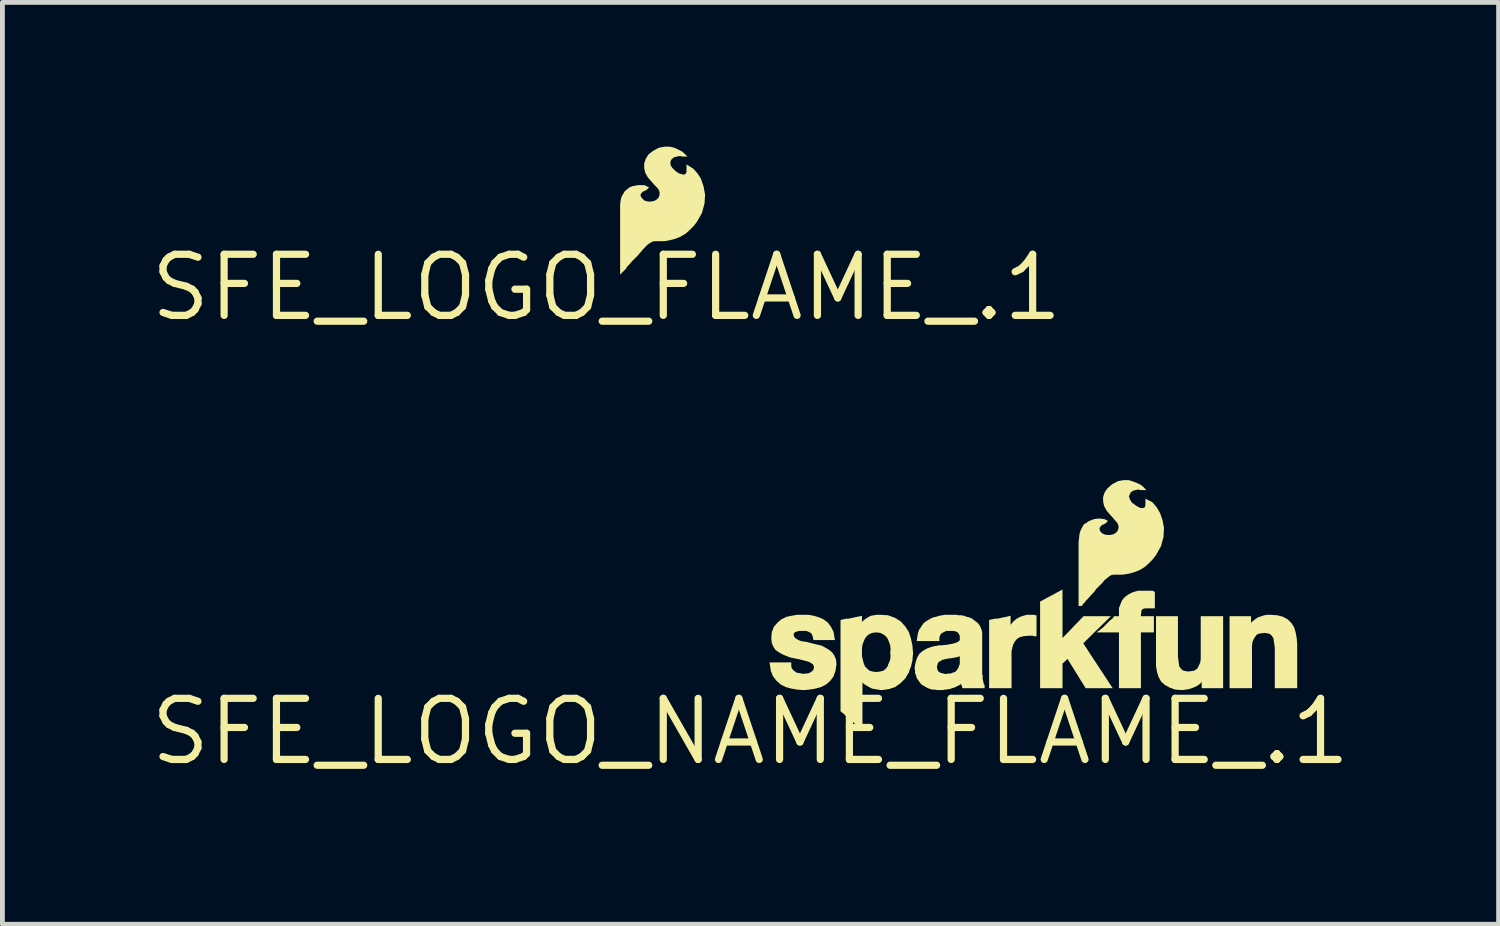
<source format=kicad_pcb>
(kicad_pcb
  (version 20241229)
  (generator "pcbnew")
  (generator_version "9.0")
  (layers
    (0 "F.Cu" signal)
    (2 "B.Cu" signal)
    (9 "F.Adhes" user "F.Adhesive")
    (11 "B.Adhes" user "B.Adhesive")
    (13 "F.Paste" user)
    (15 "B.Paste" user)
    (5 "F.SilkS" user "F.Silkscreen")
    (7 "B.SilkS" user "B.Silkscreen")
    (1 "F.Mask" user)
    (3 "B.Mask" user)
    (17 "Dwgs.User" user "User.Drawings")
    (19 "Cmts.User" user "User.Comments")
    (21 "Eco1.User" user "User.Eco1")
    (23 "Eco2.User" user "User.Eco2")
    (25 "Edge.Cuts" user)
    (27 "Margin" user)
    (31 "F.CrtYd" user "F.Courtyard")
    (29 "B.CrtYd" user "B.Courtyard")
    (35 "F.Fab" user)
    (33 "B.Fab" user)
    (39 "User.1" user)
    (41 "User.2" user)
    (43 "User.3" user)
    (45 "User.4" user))
  (footprint "SFE_LOGO_FLAME_.1"
    (layer "F.Cu")
    (at 9.563 2.928)
    (property "Reference" "SFE_LOGO_FLAME_.1" (at 0 0 0) (layer "F.SilkS") (effects (font (size 1.27 1.27) (thickness 0.15))))
    (fp_poly (pts (xy 1.413 -2.906) (xy 1.56 -2.833) (xy 1.605 -2.799) (xy 1.682 -2.722) (xy 1.571 -2.722) (xy 1.551 -2.732) (xy 1.505 -2.732) (xy 1.468 -2.723) (xy 1.422 -2.714) (xy 1.39 -2.697) (xy 1.358 -2.673) (xy 1.343 -2.651) (xy 1.335 -2.635) (xy 1.328 -2.614) (xy 1.328 -2.565) (xy 1.335 -2.536) (xy 1.37 -2.484) (xy 1.425 -2.429) (xy 1.462 -2.401) (xy 1.489 -2.383) (xy 1.523 -2.366) (xy 1.595 -2.348) (xy 1.614 -2.348) (xy 1.629 -2.353) (xy 1.649 -2.373) (xy 1.655 -2.385) (xy 1.662 -2.406) (xy 1.662 -2.559) (xy 1.805 -2.469) (xy 1.891 -2.373) (xy 1.965 -2.256) (xy 2.017 -2.1) (xy 2.048 -1.932) (xy 2.038 -1.754) (xy 1.986 -1.556) (xy 1.882 -1.369) (xy 1.809 -1.275) (xy 1.726 -1.192) (xy 1.643 -1.119) (xy 1.537 -1.056) (xy 1.432 -1.014) (xy 1.318 -0.983) (xy 1.193 -0.962) (xy 1.003 -0.962) (xy 0.953 -0.954) (xy 0.864 -0.9) (xy 0.768 -0.804) (xy 0.648 -0.664) (xy 0.528 -0.544) (xy 0.478 -0.484) (xy 0.43 -0.436) (xy 0.4 -0.386) (xy 0.282 -0.268) (xy 0.282 -1.732) (xy 0.293 -1.818) (xy 0.315 -1.895) (xy 0.381 -2.005) (xy 0.437 -2.05) (xy 0.481 -2.084) (xy 0.539 -2.107) (xy 0.593 -2.117) (xy 0.657 -2.128) (xy 0.789 -2.128) (xy 0.884 -2.08) (xy 0.833 -2.029) (xy 0.785 -2.005) (xy 0.761 -1.997) (xy 0.713 -1.949) (xy 0.708 -1.934) (xy 0.708 -1.906) (xy 0.715 -1.887) (xy 0.73 -1.864) (xy 0.781 -1.812) (xy 0.821 -1.797) (xy 0.864 -1.788) (xy 0.935 -1.788) (xy 1.004 -1.805) (xy 1.054 -1.838) (xy 1.086 -1.878) (xy 1.102 -1.926) (xy 1.102 -1.983) (xy 1.077 -2.049) (xy 1.012 -2.114) (xy 0.931 -2.205) (xy 0.859 -2.288) (xy 0.804 -2.386) (xy 0.782 -2.486) (xy 0.782 -2.576) (xy 0.815 -2.676) (xy 0.871 -2.766) (xy 0.969 -2.842) (xy 1.087 -2.906) (xy 1.207 -2.928) (xy 1.314 -2.928)) (stroke (width 0) (type default)) (fill yes) (layer "F.SilkS")))
  (footprint "SFE_LOGO_NAME_FLAME_.1"
    (layer "F.Cu")
    (at 12.556 12.162)
    (property "Reference" "SFE_LOGO_NAME_FLAME_.1" (at 0 0 0) (layer "F.SilkS") (effects (font (size 1.27 1.27) (thickness 0.15))))
    (fp_poly (pts (xy 3.381 -1.667) (xy 3.368 -1.484) (xy 3.336 -1.348) (xy 3.27 -1.189) (xy 2.862 -1.38) (xy 2.903 -1.489) (xy 2.912 -1.562) (xy 2.912 -1.679)) (stroke (width 0) (type default)) (fill yes) (layer "F.SilkS"))
    (fp_poly (pts (xy 6.488 -1.945) (xy 6.924 -2.398) (xy 7.493 -2.398) (xy 6.919 -1.835) (xy 7.531 -0.902) (xy 6.969 -0.902) (xy 6.592 -1.51) (xy 6.488 -1.413) (xy 6.488 -0.902) (xy 6.022 -0.902) (xy 6.022 -2.703) (xy 6.488 -2.954)) (stroke (width 0) (type default)) (fill yes) (layer "F.SilkS"))
    (fp_poly (pts (xy 4.274 -1.56) (xy 4.219 -1.532) (xy 4.196 -1.532) (xy 4.166 -1.522) (xy 4.126 -1.522) (xy 4.096 -1.512) (xy 4.059 -1.512) (xy 4.039 -1.502) (xy 3.984 -1.502) (xy 3.877 -1.782) (xy 4.016 -1.798) (xy 4.105 -1.808) (xy 4.209 -1.823)) (stroke (width 0) (type default)) (fill yes) (layer "F.SilkS"))
    (fp_poly (pts (xy 5.916 -2.418) (xy 5.948 -2.418) (xy 5.948 -1.982) (xy 5.891 -1.982) (xy 5.871 -1.992) (xy 5.772 -1.992) (xy 5.677 -1.982) (xy 5.604 -1.964) (xy 5.545 -1.93) (xy 5.501 -1.878) (xy 5.465 -1.815) (xy 5.447 -1.751) (xy 5.428 -1.666) (xy 5.428 -0.902) (xy 4.962 -0.902) (xy 4.962 -2.321) (xy 5.042 -2.337) (xy 5.085 -2.348) (xy 5.136 -2.348) (xy 5.182 -2.357) (xy 5.222 -2.367) (xy 5.273 -2.377) (xy 5.322 -2.387) (xy 5.408 -2.409) (xy 5.408 -2.219) (xy 5.42 -2.234) (xy 5.473 -2.297) (xy 5.529 -2.342) (xy 5.604 -2.385) (xy 5.669 -2.406) (xy 5.745 -2.428) (xy 5.906 -2.428)) (stroke (width 0) (type default)) (fill yes) (layer "F.SilkS"))
    (fp_poly (pts (xy 8.408 -2.904) (xy 8.408 -2.562) (xy 8.205 -2.562) (xy 8.173 -2.554) (xy 8.157 -2.546) (xy 8.146 -2.54) (xy 8.133 -2.521) (xy 8.128 -2.511) (xy 8.128 -2.475) (xy 8.118 -2.435) (xy 8.118 -2.398) (xy 8.388 -2.398) (xy 8.388 -2.062) (xy 8.118 -2.062) (xy 8.118 -0.902) (xy 7.662 -0.902) (xy 7.662 -2.062) (xy 7.196 -2.062) (xy 7.325 -2.159) (xy 7.453 -2.287) (xy 7.485 -2.319) (xy 7.523 -2.347) (xy 7.561 -2.398) (xy 7.662 -2.398) (xy 7.662 -2.567) (xy 7.695 -2.654) (xy 7.727 -2.73) (xy 7.784 -2.798) (xy 7.86 -2.853) (xy 7.946 -2.896) (xy 8.054 -2.928) (xy 8.359 -2.928)) (stroke (width 0) (type default)) (fill yes) (layer "F.SilkS"))
    (fp_poly (pts (xy 8.888 -1.562) (xy 8.908 -1.406) (xy 8.916 -1.355) (xy 8.94 -1.323) (xy 8.966 -1.289) (xy 9.004 -1.266) (xy 9.047 -1.257) (xy 9.101 -1.248) (xy 9.174 -1.258) (xy 9.227 -1.266) (xy 9.266 -1.29) (xy 9.299 -1.323) (xy 9.325 -1.376) (xy 9.353 -1.44) (xy 9.362 -1.512) (xy 9.362 -2.398) (xy 9.828 -2.398) (xy 9.828 -0.902) (xy 9.382 -0.902) (xy 9.382 -1.034) (xy 9.357 -1.003) (xy 9.301 -0.958) (xy 9.236 -0.925) (xy 9.183 -0.904) (xy 9.119 -0.883) (xy 9.046 -0.872) (xy 8.982 -0.862) (xy 8.832 -0.872) (xy 8.714 -0.915) (xy 8.618 -0.969) (xy 8.54 -1.036) (xy 8.485 -1.135) (xy 8.453 -1.241) (xy 8.432 -1.357) (xy 8.432 -2.398) (xy 8.888 -2.398)) (stroke (width 0) (type default)) (fill yes) (layer "F.SilkS"))
    (fp_poly (pts (xy 10.956 -2.418) (xy 11.074 -2.386) (xy 11.173 -2.331) (xy 11.25 -2.254) (xy 11.305 -2.166) (xy 11.337 -2.059) (xy 11.358 -1.945) (xy 11.368 -1.811) (xy 11.368 -0.902) (xy 10.902 -0.902) (xy 10.902 -1.738) (xy 10.892 -1.815) (xy 10.882 -1.884) (xy 10.874 -1.937) (xy 10.848 -1.979) (xy 10.824 -2.011) (xy 10.786 -2.034) (xy 10.743 -2.043) (xy 10.689 -2.052) (xy 10.616 -2.042) (xy 10.563 -2.034) (xy 10.525 -2.011) (xy 10.491 -1.968) (xy 10.464 -1.923) (xy 10.437 -1.86) (xy 10.428 -1.778) (xy 10.428 -0.902) (xy 9.962 -0.902) (xy 9.962 -2.398) (xy 10.408 -2.398) (xy 10.408 -2.262) (xy 10.435 -2.288) (xy 10.487 -2.331) (xy 10.553 -2.375) (xy 10.618 -2.396) (xy 10.681 -2.417) (xy 10.747 -2.428) (xy 10.811 -2.428)) (stroke (width 0) (type default)) (fill yes) (layer "F.SilkS"))
    (fp_poly (pts (xy 2.858 -2.418) (xy 3.007 -2.364) (xy 3.125 -2.289) (xy 3.22 -2.183) (xy 3.295 -2.066) (xy 3.337 -1.93) (xy 3.368 -1.785) (xy 3.381 -1.591) (xy 2.912 -1.603) (xy 2.912 -1.728) (xy 2.903 -1.801) (xy 2.875 -1.876) (xy 2.847 -1.94) (xy 2.804 -1.991) (xy 2.752 -2.026) (xy 2.69 -2.053) (xy 2.61 -2.062) (xy 2.539 -2.053) (xy 2.469 -2.026) (xy 2.427 -1.993) (xy 2.383 -1.94) (xy 2.355 -1.876) (xy 2.327 -1.801) (xy 2.318 -1.728) (xy 2.318 -1.565) (xy 2.356 -1.412) (xy 2.382 -1.352) (xy 2.426 -1.308) (xy 2.478 -1.264) (xy 2.537 -1.248) (xy 2.62 -1.238) (xy 2.693 -1.248) (xy 2.762 -1.265) (xy 2.813 -1.307) (xy 2.847 -1.35) (xy 2.891 -1.451) (xy 3.303 -1.257) (xy 3.221 -1.107) (xy 3.125 -1.011) (xy 3.008 -0.926) (xy 2.879 -0.883) (xy 2.719 -0.861) (xy 2.654 -0.872) (xy 2.594 -0.882) (xy 2.528 -0.893) (xy 2.462 -0.927) (xy 2.41 -0.957) (xy 2.355 -0.991) (xy 2.328 -1.024) (xy 2.328 -0.008) (xy 2.175 -0.162) (xy 2.076 -0.24) (xy 2.025 -0.282) (xy 1.973 -0.333) (xy 1.935 -0.372) (xy 1.872 -0.422) (xy 1.872 -2.32) (xy 1.942 -2.337) (xy 1.996 -2.348) (xy 2.045 -2.348) (xy 2.082 -2.357) (xy 2.132 -2.367) (xy 2.172 -2.377) (xy 2.223 -2.387) (xy 2.318 -2.406) (xy 2.318 -2.282) (xy 2.335 -2.298) (xy 2.388 -2.341) (xy 2.44 -2.373) (xy 2.497 -2.406) (xy 2.564 -2.418) (xy 2.627 -2.428) (xy 2.701 -2.428)) (stroke (width 0) (type default)) (fill yes) (layer "F.SilkS"))
    (fp_poly (pts (xy 1.319 -2.407) (xy 1.423 -2.376) (xy 1.519 -2.333) (xy 1.607 -2.267) (xy 1.673 -2.18) (xy 1.727 -2.072) (xy 1.755 -1.902) (xy 1.309 -1.902) (xy 1.293 -1.979) (xy 1.276 -2.022) (xy 1.263 -2.043) (xy 1.241 -2.057) (xy 1.204 -2.075) (xy 1.163 -2.092) (xy 1.006 -2.092) (xy 0.981 -2.083) (xy 0.941 -2.073) (xy 0.924 -2.068) (xy 0.912 -2.049) (xy 0.898 -2.028) (xy 0.898 -2.005) (xy 0.905 -1.977) (xy 0.927 -1.947) (xy 0.96 -1.923) (xy 1.015 -1.895) (xy 1.068 -1.877) (xy 1.147 -1.868) (xy 1.309 -1.827) (xy 1.389 -1.807) (xy 1.484 -1.786) (xy 1.559 -1.743) (xy 1.632 -1.701) (xy 1.699 -1.646) (xy 1.744 -1.578) (xy 1.777 -1.5) (xy 1.788 -1.399) (xy 1.767 -1.261) (xy 1.724 -1.142) (xy 1.658 -1.054) (xy 1.571 -0.978) (xy 1.464 -0.924) (xy 1.348 -0.893) (xy 1.225 -0.872) (xy 1.1 -0.862) (xy 0.975 -0.872) (xy 0.852 -0.893) (xy 0.736 -0.924) (xy 0.629 -0.978) (xy 0.542 -1.054) (xy 0.467 -1.151) (xy 0.423 -1.26) (xy 0.396 -1.438) (xy 0.848 -1.438) (xy 0.848 -1.347) (xy 0.864 -1.309) (xy 0.887 -1.277) (xy 0.923 -1.25) (xy 0.955 -1.226) (xy 1.007 -1.217) (xy 1.057 -1.207) (xy 1.108 -1.199) (xy 1.145 -1.208) (xy 1.185 -1.208) (xy 1.217 -1.216) (xy 1.25 -1.233) (xy 1.285 -1.259) (xy 1.306 -1.279) (xy 1.313 -1.309) (xy 1.321 -1.34) (xy 1.314 -1.367) (xy 1.3 -1.395) (xy 1.269 -1.418) (xy 1.224 -1.445) (xy 1.169 -1.463) (xy 1.091 -1.483) (xy 1.012 -1.503) (xy 0.912 -1.523) (xy 0.819 -1.543) (xy 0.736 -1.575) (xy 0.663 -1.606) (xy 0.59 -1.648) (xy 0.523 -1.693) (xy 0.476 -1.762) (xy 0.443 -1.84) (xy 0.432 -1.939) (xy 0.443 -2.069) (xy 0.487 -2.18) (xy 0.563 -2.267) (xy 0.639 -2.332) (xy 0.748 -2.386) (xy 0.853 -2.407) (xy 0.967 -2.428) (xy 1.203 -2.428)) (stroke (width 0) (type default)) (fill yes) (layer "F.SilkS"))
    (fp_poly (pts (xy 7.963 -5.196) (xy 8.045 -5.165) (xy 8.11 -5.133) (xy 8.155 -5.099) (xy 8.232 -5.022) (xy 8.104 -5.022) (xy 8.074 -5.032) (xy 8.055 -5.032) (xy 8.018 -5.023) (xy 7.972 -5.014) (xy 7.94 -4.997) (xy 7.908 -4.973) (xy 7.895 -4.953) (xy 7.885 -4.925) (xy 7.875 -4.905) (xy 7.87 -4.89) (xy 7.877 -4.871) (xy 7.885 -4.836) (xy 7.903 -4.809) (xy 7.921 -4.773) (xy 7.944 -4.75) (xy 7.972 -4.731) (xy 8.012 -4.701) (xy 8.039 -4.683) (xy 8.109 -4.648) (xy 8.164 -4.648) (xy 8.183 -4.655) (xy 8.198 -4.664) (xy 8.204 -4.682) (xy 8.212 -4.706) (xy 8.212 -4.842) (xy 8.354 -4.771) (xy 8.441 -4.672) (xy 8.515 -4.546) (xy 8.567 -4.4) (xy 8.598 -4.232) (xy 8.588 -4.044) (xy 8.536 -3.855) (xy 8.432 -3.669) (xy 8.359 -3.575) (xy 8.276 -3.492) (xy 8.193 -3.419) (xy 8.087 -3.356) (xy 7.982 -3.314) (xy 7.868 -3.283) (xy 7.743 -3.262) (xy 7.553 -3.262) (xy 7.503 -3.254) (xy 7.462 -3.229) (xy 7.414 -3.19) (xy 7.367 -3.153) (xy 7.318 -3.094) (xy 7.189 -2.965) (xy 7.139 -2.895) (xy 7.078 -2.834) (xy 7.028 -2.774) (xy 6.979 -2.725) (xy 6.949 -2.685) (xy 6.92 -2.656) (xy 6.89 -2.612) (xy 6.822 -2.612) (xy 6.822 -3.932) (xy 6.832 -4.024) (xy 6.843 -4.118) (xy 6.865 -4.185) (xy 6.897 -4.248) (xy 6.932 -4.308) (xy 6.989 -4.342) (xy 7.031 -4.374) (xy 7.086 -4.395) (xy 7.14 -4.417) (xy 7.207 -4.428) (xy 7.295 -4.428) (xy 7.335 -4.418) (xy 7.359 -4.418) (xy 7.434 -4.38) (xy 7.383 -4.329) (xy 7.335 -4.305) (xy 7.311 -4.297) (xy 7.28 -4.266) (xy 7.265 -4.243) (xy 7.258 -4.224) (xy 7.258 -4.206) (xy 7.265 -4.185) (xy 7.281 -4.153) (xy 7.304 -4.13) (xy 7.328 -4.114) (xy 7.371 -4.097) (xy 7.414 -4.088) (xy 7.485 -4.088) (xy 7.554 -4.105) (xy 7.604 -4.138) (xy 7.636 -4.178) (xy 7.652 -4.226) (xy 7.652 -4.282) (xy 7.627 -4.339) (xy 7.561 -4.415) (xy 7.481 -4.505) (xy 7.409 -4.588) (xy 7.354 -4.686) (xy 7.332 -4.786) (xy 7.332 -4.876) (xy 7.366 -4.977) (xy 7.421 -5.056) (xy 7.518 -5.141) (xy 7.637 -5.206) (xy 7.757 -5.228) (xy 7.866 -5.228)) (stroke (width 0) (type default)) (fill yes) (layer "F.SilkS"))
    (fp_poly (pts (xy 4.324 -2.418) (xy 4.384 -2.418) (xy 4.441 -2.407) (xy 4.491 -2.387) (xy 4.541 -2.377) (xy 4.599 -2.354) (xy 4.643 -2.32) (xy 4.683 -2.29) (xy 4.727 -2.257) (xy 4.763 -2.21) (xy 4.785 -2.166) (xy 4.807 -2.111) (xy 4.818 -2.054) (xy 4.818 -1.189) (xy 4.828 -1.169) (xy 4.828 -1.079) (xy 4.838 -1.059) (xy 4.838 -1.039) (xy 4.848 -1.019) (xy 4.848 -0.989) (xy 4.851 -0.983) (xy 4.868 -0.966) (xy 4.868 -0.902) (xy 4.402 -0.902) (xy 4.402 -0.934) (xy 4.392 -0.944) (xy 4.392 -0.954) (xy 4.382 -0.964) (xy 4.382 -0.994) (xy 4.38 -0.996) (xy 4.364 -0.98) (xy 4.327 -0.955) (xy 4.297 -0.945) (xy 4.267 -0.925) (xy 4.232 -0.914) (xy 4.136 -0.882) (xy 4.106 -0.882) (xy 4.076 -0.872) (xy 4.036 -0.872) (xy 4.006 -0.862) (xy 3.886 -0.862) (xy 3.836 -0.872) (xy 3.785 -0.872) (xy 3.738 -0.884) (xy 3.684 -0.905) (xy 3.641 -0.927) (xy 3.611 -0.947) (xy 3.567 -0.969) (xy 3.53 -1.006) (xy 3.509 -1.038) (xy 3.479 -1.078) (xy 3.454 -1.115) (xy 3.444 -1.168) (xy 3.422 -1.211) (xy 3.422 -1.266) (xy 3.411 -1.32) (xy 3.433 -1.439) (xy 3.465 -1.536) (xy 3.51 -1.615) (xy 3.588 -1.681) (xy 3.664 -1.725) (xy 3.749 -1.756) (xy 3.833 -1.778) (xy 3.955 -1.791) (xy 4.06 -1.516) (xy 3.995 -1.495) (xy 3.983 -1.489) (xy 3.973 -1.479) (xy 3.933 -1.459) (xy 3.923 -1.449) (xy 3.908 -1.442) (xy 3.888 -1.401) (xy 3.888 -1.381) (xy 3.878 -1.361) (xy 3.878 -1.326) (xy 3.888 -1.296) (xy 3.888 -1.279) (xy 3.891 -1.273) (xy 3.901 -1.263) (xy 3.908 -1.248) (xy 3.923 -1.241) (xy 3.933 -1.231) (xy 3.959 -1.218) (xy 3.979 -1.218) (xy 3.999 -1.208) (xy 4.019 -1.208) (xy 4.039 -1.198) (xy 4.076 -1.198) (xy 4.126 -1.208) (xy 4.171 -1.208) (xy 4.207 -1.226) (xy 4.244 -1.235) (xy 4.266 -1.25) (xy 4.28 -1.264) (xy 4.3 -1.294) (xy 4.317 -1.311) (xy 4.324 -1.332) (xy 4.335 -1.365) (xy 4.345 -1.385) (xy 4.352 -1.406) (xy 4.352 -1.568) (xy 4.347 -1.566) (xy 4.319 -1.552) (xy 4.299 -1.552) (xy 4.279 -1.542) (xy 4.2 -1.542) (xy 4.134 -1.807) (xy 4.239 -1.836) (xy 4.294 -1.855) (xy 4.334 -1.879) (xy 4.352 -1.903) (xy 4.352 -1.991) (xy 4.329 -2.037) (xy 4.319 -2.047) (xy 4.312 -2.062) (xy 4.303 -2.066) (xy 4.271 -2.082) (xy 4.251 -2.082) (xy 4.231 -2.092) (xy 4.069 -2.092) (xy 3.983 -2.049) (xy 3.951 -2.017) (xy 3.945 -2.005) (xy 3.935 -1.975) (xy 3.928 -1.961) (xy 3.928 -1.882) (xy 3.455 -1.882) (xy 3.472 -1.986) (xy 3.483 -2.049) (xy 3.506 -2.118) (xy 3.538 -2.161) (xy 3.568 -2.211) (xy 3.603 -2.257) (xy 3.649 -2.292) (xy 3.7 -2.323) (xy 3.753 -2.354) (xy 3.809 -2.377) (xy 3.86 -2.387) (xy 3.921 -2.407) (xy 3.983 -2.417) (xy 4.036 -2.428) (xy 4.274 -2.428)) (stroke (width 0) (type default)) (fill yes) (layer "F.SilkS")))
  (gr_rect
    (start -3 -3)
    (end 28.112 16.169)
    (stroke (width 0.1) (type default))
    (fill no)
    (layer "Edge.Cuts")))
</source>
